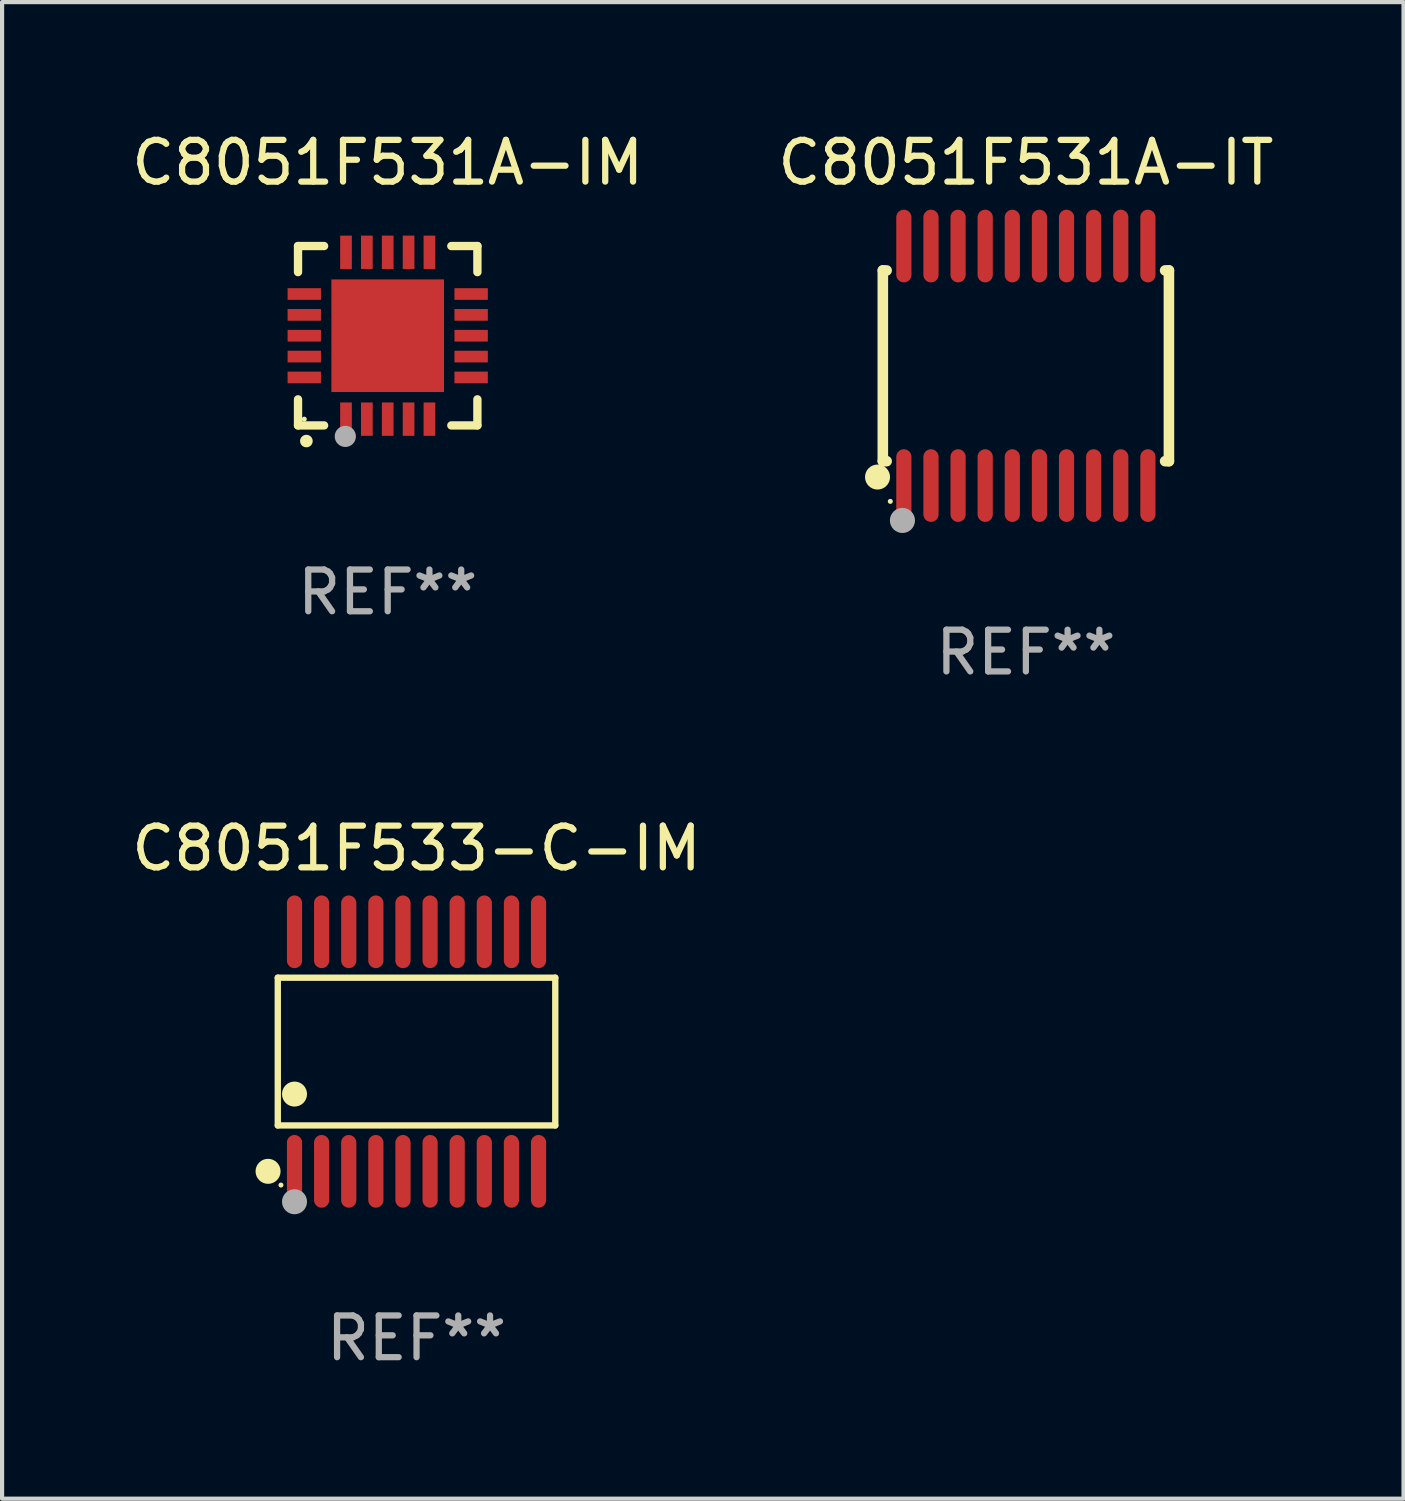
<source format=kicad_pcb>
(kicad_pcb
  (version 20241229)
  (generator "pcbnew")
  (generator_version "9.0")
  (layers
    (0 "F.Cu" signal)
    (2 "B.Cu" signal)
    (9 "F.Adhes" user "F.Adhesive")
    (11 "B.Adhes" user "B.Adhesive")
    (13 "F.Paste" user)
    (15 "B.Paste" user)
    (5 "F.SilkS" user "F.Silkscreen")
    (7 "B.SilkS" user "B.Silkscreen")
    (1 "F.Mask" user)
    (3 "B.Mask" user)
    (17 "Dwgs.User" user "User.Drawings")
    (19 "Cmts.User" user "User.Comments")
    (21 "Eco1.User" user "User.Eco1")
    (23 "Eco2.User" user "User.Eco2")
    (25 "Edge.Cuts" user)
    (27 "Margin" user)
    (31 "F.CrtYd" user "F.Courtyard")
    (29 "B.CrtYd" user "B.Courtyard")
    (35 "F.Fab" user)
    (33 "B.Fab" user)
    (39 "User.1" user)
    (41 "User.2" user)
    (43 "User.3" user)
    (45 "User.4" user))
  (footprint "C8051F533-C-IM"
    (layer "F.Cu")
    (at 6.935 22.158)
    (property "Reference" "C8051F533-C-IM" (at 0 -4.871 0) (layer "F.SilkS") (effects (font (size 1 1) (thickness 0.15))))
    (attr through_hole)
    (fp_line (start -3.326 -1.771) (end 3.326 -1.771) (stroke (width 0.152) (type solid)) (layer "F.SilkS"))
    (fp_line (start -3.326 1.771) (end -3.326 -1.771) (stroke (width 0.152) (type solid)) (layer "F.SilkS"))
    (fp_line (start 3.326 -1.771) (end 3.326 1.771) (stroke (width 0.152) (type solid)) (layer "F.SilkS"))
    (fp_line (start 3.326 1.771) (end -3.326 1.771) (stroke (width 0.152) (type solid)) (layer "F.SilkS"))
    (fp_circle (center -3.559 2.871) (end -3.409 2.871) (stroke (width 0.3) (type solid)) (fill no) (layer "F.SilkS"))
    (fp_circle (center -3.25 3.2) (end -3.22 3.2) (stroke (width 0.06) (type solid)) (fill no) (layer "F.SilkS"))
    (fp_circle (center -2.925 1.019) (end -2.775 1.019) (stroke (width 0.3) (type solid)) (fill no) (layer "F.SilkS"))
    (fp_circle (center -2.925 3.6) (end -2.775 3.6) (stroke (width 0.3) (type solid)) (fill no) (layer "F.Fab"))
    (fp_text user "REF**" (at 0 6.871 0) (layer "F.Fab") (effects (font (size 1 1) (thickness 0.15))))
    (pad "1" smd oval (at -2.925 2.871) (size 0.364 1.742) (layers "F.Cu" "F.Mask" "F.Paste"))
    (pad "2" smd oval (at -2.275 2.871) (size 0.364 1.742) (layers "F.Cu" "F.Mask" "F.Paste"))
    (pad "3" smd oval (at -1.625 2.871) (size 0.364 1.742) (layers "F.Cu" "F.Mask" "F.Paste"))
    (pad "4" smd oval (at -0.975 2.871) (size 0.364 1.742) (layers "F.Cu" "F.Mask" "F.Paste"))
    (pad "5" smd oval (at -0.325 2.871) (size 0.364 1.742) (layers "F.Cu" "F.Mask" "F.Paste"))
    (pad "6" smd oval (at 0.325 2.871) (size 0.364 1.742) (layers "F.Cu" "F.Mask" "F.Paste"))
    (pad "7" smd oval (at 0.975 2.871) (size 0.364 1.742) (layers "F.Cu" "F.Mask" "F.Paste"))
    (pad "8" smd oval (at 1.625 2.871) (size 0.364 1.742) (layers "F.Cu" "F.Mask" "F.Paste"))
    (pad "9" smd oval (at 2.275 2.871) (size 0.364 1.742) (layers "F.Cu" "F.Mask" "F.Paste"))
    (pad "10" smd oval (at 2.925 2.871) (size 0.364 1.742) (layers "F.Cu" "F.Mask" "F.Paste"))
    (pad "11" smd oval (at 2.925 -2.871) (size 0.364 1.742) (layers "F.Cu" "F.Mask" "F.Paste"))
    (pad "12" smd oval (at 2.275 -2.871) (size 0.364 1.742) (layers "F.Cu" "F.Mask" "F.Paste"))
    (pad "13" smd oval (at 1.625 -2.871) (size 0.364 1.742) (layers "F.Cu" "F.Mask" "F.Paste"))
    (pad "14" smd oval (at 0.975 -2.871) (size 0.364 1.742) (layers "F.Cu" "F.Mask" "F.Paste"))
    (pad "15" smd oval (at 0.325 -2.871) (size 0.364 1.742) (layers "F.Cu" "F.Mask" "F.Paste"))
    (pad "16" smd oval (at -0.325 -2.871) (size 0.364 1.742) (layers "F.Cu" "F.Mask" "F.Paste"))
    (pad "17" smd oval (at -0.975 -2.871) (size 0.364 1.742) (layers "F.Cu" "F.Mask" "F.Paste"))
    (pad "18" smd oval (at -1.625 -2.871) (size 0.364 1.742) (layers "F.Cu" "F.Mask" "F.Paste"))
    (pad "19" smd oval (at -2.275 -2.871) (size 0.364 1.742) (layers "F.Cu" "F.Mask" "F.Paste"))
    (pad "20" smd oval (at -2.925 -2.871) (size 0.364 1.742) (layers "F.Cu" "F.Mask" "F.Paste")))
  (footprint "C8051F531A-IM"
    (layer "F.Cu")
    (at 6.244 4.998)
    (property "Reference" "C8051F531A-IM" (at 0 -4.15 0) (layer "F.SilkS") (effects (font (size 1 1) (thickness 0.15))))
    (attr through_hole)
    (fp_line (start -2.15 -2.15) (end -2.15 -1.525) (stroke (width 0.2) (type solid)) (layer "F.SilkS"))
    (fp_line (start -2.15 2.15) (end -2.15 1.525) (stroke (width 0.2) (type solid)) (layer "F.SilkS"))
    (fp_line (start -1.525 -2.15) (end -2.15 -2.15) (stroke (width 0.2) (type solid)) (layer "F.SilkS"))
    (fp_line (start -1.525 2.15) (end -2.15 2.15) (stroke (width 0.2) (type solid)) (layer "F.SilkS"))
    (fp_line (start 1.525 2.15) (end 2.15 2.15) (stroke (width 0.2) (type solid)) (layer "F.SilkS"))
    (fp_line (start 2.15 -2.15) (end 1.525 -2.15) (stroke (width 0.2) (type solid)) (layer "F.SilkS"))
    (fp_line (start 2.15 -1.525) (end 2.15 -2.15) (stroke (width 0.2) (type solid)) (layer "F.SilkS"))
    (fp_line (start 2.15 2.15) (end 2.15 1.525) (stroke (width 0.2) (type solid)) (layer "F.SilkS"))
    (fp_arc (start -1.950724 2.524765) (mid -1.949454 2.52476) (end -1.948184 2.524765) (stroke (width 0.3) (type solid)) (layer "F.SilkS"))
    (fp_circle (center -2 2) (end -1.97 2) (stroke (width 0.06) (type solid)) (fill no) (layer "F.SilkS"))
    (fp_circle (center -1.016 2.413) (end -0.889 2.413) (stroke (width 0.254) (type solid)) (fill no) (layer "F.Fab"))
    (fp_text user "REF**" (at 0 6.15 0) (layer "F.Fab") (effects (font (size 1 1) (thickness 0.15))))
    (pad "1" smd rect (at -1 2) (size 0.28 0.8) (layers "F.Cu" "F.Mask" "F.Paste"))
    (pad "2" smd rect (at -0.5 2) (size 0.28 0.8) (layers "F.Cu" "F.Mask" "F.Paste"))
    (pad "3" smd rect (at 0 2) (size 0.28 0.8) (layers "F.Cu" "F.Mask" "F.Paste"))
    (pad "4" smd rect (at 0.5 2) (size 0.28 0.8) (layers "F.Cu" "F.Mask" "F.Paste"))
    (pad "5" smd rect (at 1 2) (size 0.28 0.8) (layers "F.Cu" "F.Mask" "F.Paste"))
    (pad "6" smd rect (at 2 1) (size 0.8 0.28) (layers "F.Cu" "F.Mask" "F.Paste"))
    (pad "7" smd rect (at 2 0.5) (size 0.8 0.28) (layers "F.Cu" "F.Mask" "F.Paste"))
    (pad "8" smd rect (at 2 0) (size 0.8 0.28) (layers "F.Cu" "F.Mask" "F.Paste"))
    (pad "9" smd rect (at 2 -0.5) (size 0.8 0.28) (layers "F.Cu" "F.Mask" "F.Paste"))
    (pad "10" smd rect (at 2 -1) (size 0.8 0.28) (layers "F.Cu" "F.Mask" "F.Paste"))
    (pad "11" smd rect (at 1 -2) (size 0.28 0.8) (layers "F.Cu" "F.Mask" "F.Paste"))
    (pad "12" smd rect (at 0.5 -2) (size 0.28 0.8) (layers "F.Cu" "F.Mask" "F.Paste"))
    (pad "13" smd rect (at 0 -2) (size 0.28 0.8) (layers "F.Cu" "F.Mask" "F.Paste"))
    (pad "14" smd rect (at -0.5 -2) (size 0.28 0.8) (layers "F.Cu" "F.Mask" "F.Paste"))
    (pad "15" smd rect (at -1 -2) (size 0.28 0.8) (layers "F.Cu" "F.Mask" "F.Paste"))
    (pad "16" smd rect (at -2 -1) (size 0.8 0.28) (layers "F.Cu" "F.Mask" "F.Paste"))
    (pad "17" smd rect (at -2 -0.5) (size 0.8 0.28) (layers "F.Cu" "F.Mask" "F.Paste"))
    (pad "18" smd rect (at -2 0) (size 0.8 0.28) (layers "F.Cu" "F.Mask" "F.Paste"))
    (pad "19" smd rect (at -2 0.5) (size 0.8 0.28) (layers "F.Cu" "F.Mask" "F.Paste"))
    (pad "20" smd rect (at -2 1) (size 0.8 0.28) (layers "F.Cu" "F.Mask" "F.Paste"))
    (pad "21" smd rect (at 0 0) (size 2.7 2.7) (layers "F.Cu" "F.Mask" "F.Paste")))
  (footprint "C8051F531A-IT"
    (layer "F.Cu")
    (at 21.542 5.719)
    (property "Reference" "C8051F531A-IT" (at 0 -4.871 0) (layer "F.SilkS") (effects (font (size 1 1) (thickness 0.15))))
    (attr through_hole)
    (fp_line (start -3.429 -2.286) (end -3.429 2.286) (stroke (width 0.254) (type solid)) (layer "F.SilkS"))
    (fp_line (start -3.429 2.286) (end -3.338 2.286) (stroke (width 0.254) (type solid)) (layer "F.SilkS"))
    (fp_line (start -3.338 -2.286) (end -3.429 -2.286) (stroke (width 0.254) (type solid)) (layer "F.SilkS"))
    (fp_line (start 3.338 -2.286) (end 3.429 -2.286) (stroke (width 0.254) (type solid)) (layer "F.SilkS"))
    (fp_line (start 3.429 -2.286) (end 3.429 2.286) (stroke (width 0.254) (type solid)) (layer "F.SilkS"))
    (fp_line (start 3.429 2.286) (end 3.338 2.286) (stroke (width 0.254) (type solid)) (layer "F.SilkS"))
    (fp_circle (center -3.556 2.667) (end -3.406 2.667) (stroke (width 0.3) (type solid)) (fill no) (layer "F.SilkS"))
    (fp_circle (center -3.25 3.25) (end -3.22 3.25) (stroke (width 0.06) (type solid)) (fill no) (layer "F.SilkS"))
    (fp_circle (center -2.959 3.707) (end -2.808 3.707) (stroke (width 0.3) (type solid)) (fill no) (layer "F.Fab"))
    (fp_text user "REF**" (at 0 6.871 0) (layer "F.Fab") (effects (font (size 1 1) (thickness 0.15))))
    (pad "1" smd oval (at -2.925 2.871) (size 0.364 1.742) (layers "F.Cu" "F.Mask" "F.Paste"))
    (pad "2" smd oval (at -2.275 2.871) (size 0.364 1.742) (layers "F.Cu" "F.Mask" "F.Paste"))
    (pad "3" smd oval (at -1.625 2.871) (size 0.364 1.742) (layers "F.Cu" "F.Mask" "F.Paste"))
    (pad "4" smd oval (at -0.975 2.871) (size 0.364 1.742) (layers "F.Cu" "F.Mask" "F.Paste"))
    (pad "5" smd oval (at -0.325 2.871) (size 0.364 1.742) (layers "F.Cu" "F.Mask" "F.Paste"))
    (pad "6" smd oval (at 0.325 2.871) (size 0.364 1.742) (layers "F.Cu" "F.Mask" "F.Paste"))
    (pad "7" smd oval (at 0.975 2.871) (size 0.364 1.742) (layers "F.Cu" "F.Mask" "F.Paste"))
    (pad "8" smd oval (at 1.625 2.871) (size 0.364 1.742) (layers "F.Cu" "F.Mask" "F.Paste"))
    (pad "9" smd oval (at 2.275 2.871) (size 0.364 1.742) (layers "F.Cu" "F.Mask" "F.Paste"))
    (pad "10" smd oval (at 2.925 2.871) (size 0.364 1.742) (layers "F.Cu" "F.Mask" "F.Paste"))
    (pad "11" smd oval (at 2.925 -2.871) (size 0.364 1.742) (layers "F.Cu" "F.Mask" "F.Paste"))
    (pad "12" smd oval (at 2.275 -2.871) (size 0.364 1.742) (layers "F.Cu" "F.Mask" "F.Paste"))
    (pad "13" smd oval (at 1.625 -2.871) (size 0.364 1.742) (layers "F.Cu" "F.Mask" "F.Paste"))
    (pad "14" smd oval (at 0.975 -2.871) (size 0.364 1.742) (layers "F.Cu" "F.Mask" "F.Paste"))
    (pad "15" smd oval (at 0.325 -2.871) (size 0.364 1.742) (layers "F.Cu" "F.Mask" "F.Paste"))
    (pad "16" smd oval (at -0.325 -2.871) (size 0.364 1.742) (layers "F.Cu" "F.Mask" "F.Paste"))
    (pad "17" smd oval (at -0.975 -2.871) (size 0.364 1.742) (layers "F.Cu" "F.Mask" "F.Paste"))
    (pad "18" smd oval (at -1.625 -2.871) (size 0.364 1.742) (layers "F.Cu" "F.Mask" "F.Paste"))
    (pad "19" smd oval (at -2.275 -2.871) (size 0.364 1.742) (layers "F.Cu" "F.Mask" "F.Paste"))
    (pad "20" smd oval (at -2.925 -2.871) (size 0.364 1.742) (layers "F.Cu" "F.Mask" "F.Paste")))
  (gr_rect
    (start -3 -3)
    (end 30.595 32.877)
    (stroke (width 0.1) (type default))
    (fill no)
    (layer "Edge.Cuts")))
</source>
